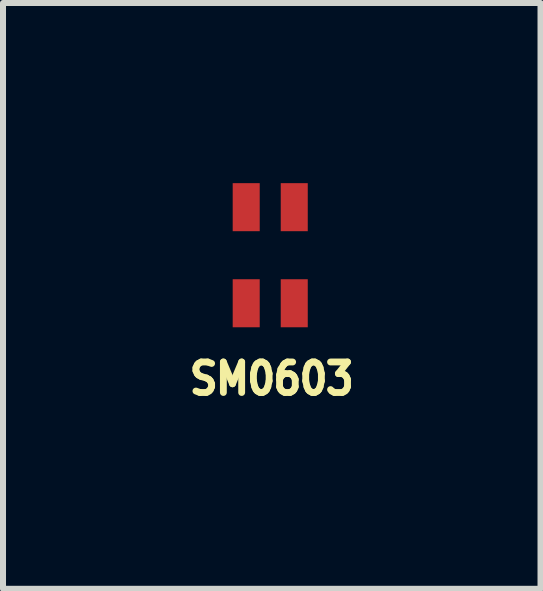
<source format=kicad_pcb>
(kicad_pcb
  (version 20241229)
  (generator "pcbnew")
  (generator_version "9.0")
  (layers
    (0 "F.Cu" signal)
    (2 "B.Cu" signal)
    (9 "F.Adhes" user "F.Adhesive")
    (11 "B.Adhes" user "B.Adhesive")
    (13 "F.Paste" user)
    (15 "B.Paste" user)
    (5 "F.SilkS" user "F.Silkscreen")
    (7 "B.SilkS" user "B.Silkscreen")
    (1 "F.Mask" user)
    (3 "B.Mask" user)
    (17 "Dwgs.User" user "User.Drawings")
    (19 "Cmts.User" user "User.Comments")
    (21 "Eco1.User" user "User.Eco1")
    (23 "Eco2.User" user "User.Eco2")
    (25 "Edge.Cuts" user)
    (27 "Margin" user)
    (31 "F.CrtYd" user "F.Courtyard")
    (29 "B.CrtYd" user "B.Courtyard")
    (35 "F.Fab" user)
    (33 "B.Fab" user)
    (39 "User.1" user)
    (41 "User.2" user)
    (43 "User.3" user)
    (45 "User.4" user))
  (footprint "SM0603"
    (layer "F.Cu")
    (at 1.45 1.2)
    (property "Reference" "SM0603" (at 0.025 2.057 0) (layer "F.SilkS") (effects (font (size 0.508 0.457) (thickness 0.114))))
    (attr smd)
    (pad "1" smd rect (at 0.4 -0.8 270) (size 0.8 0.45) (layers "F.Cu" "F.Mask" "F.Paste"))
    (pad "2" smd rect (at -0.4 -0.8 270) (size 0.8 0.45) (layers "F.Cu" "F.Mask" "F.Paste"))
    (pad "3" smd rect (at -0.4 0.8 270) (size 0.8 0.45) (layers "F.Cu" "F.Mask" "F.Paste"))
    (pad "4" smd rect (at 0.4 0.8 270) (size 0.8 0.45) (layers "F.Cu" "F.Mask" "F.Paste")))
  (gr_rect
    (start -3 -3)
    (end 5.951 6.755)
    (stroke (width 0.1) (type default))
    (fill no)
    (layer "Edge.Cuts")))
</source>
